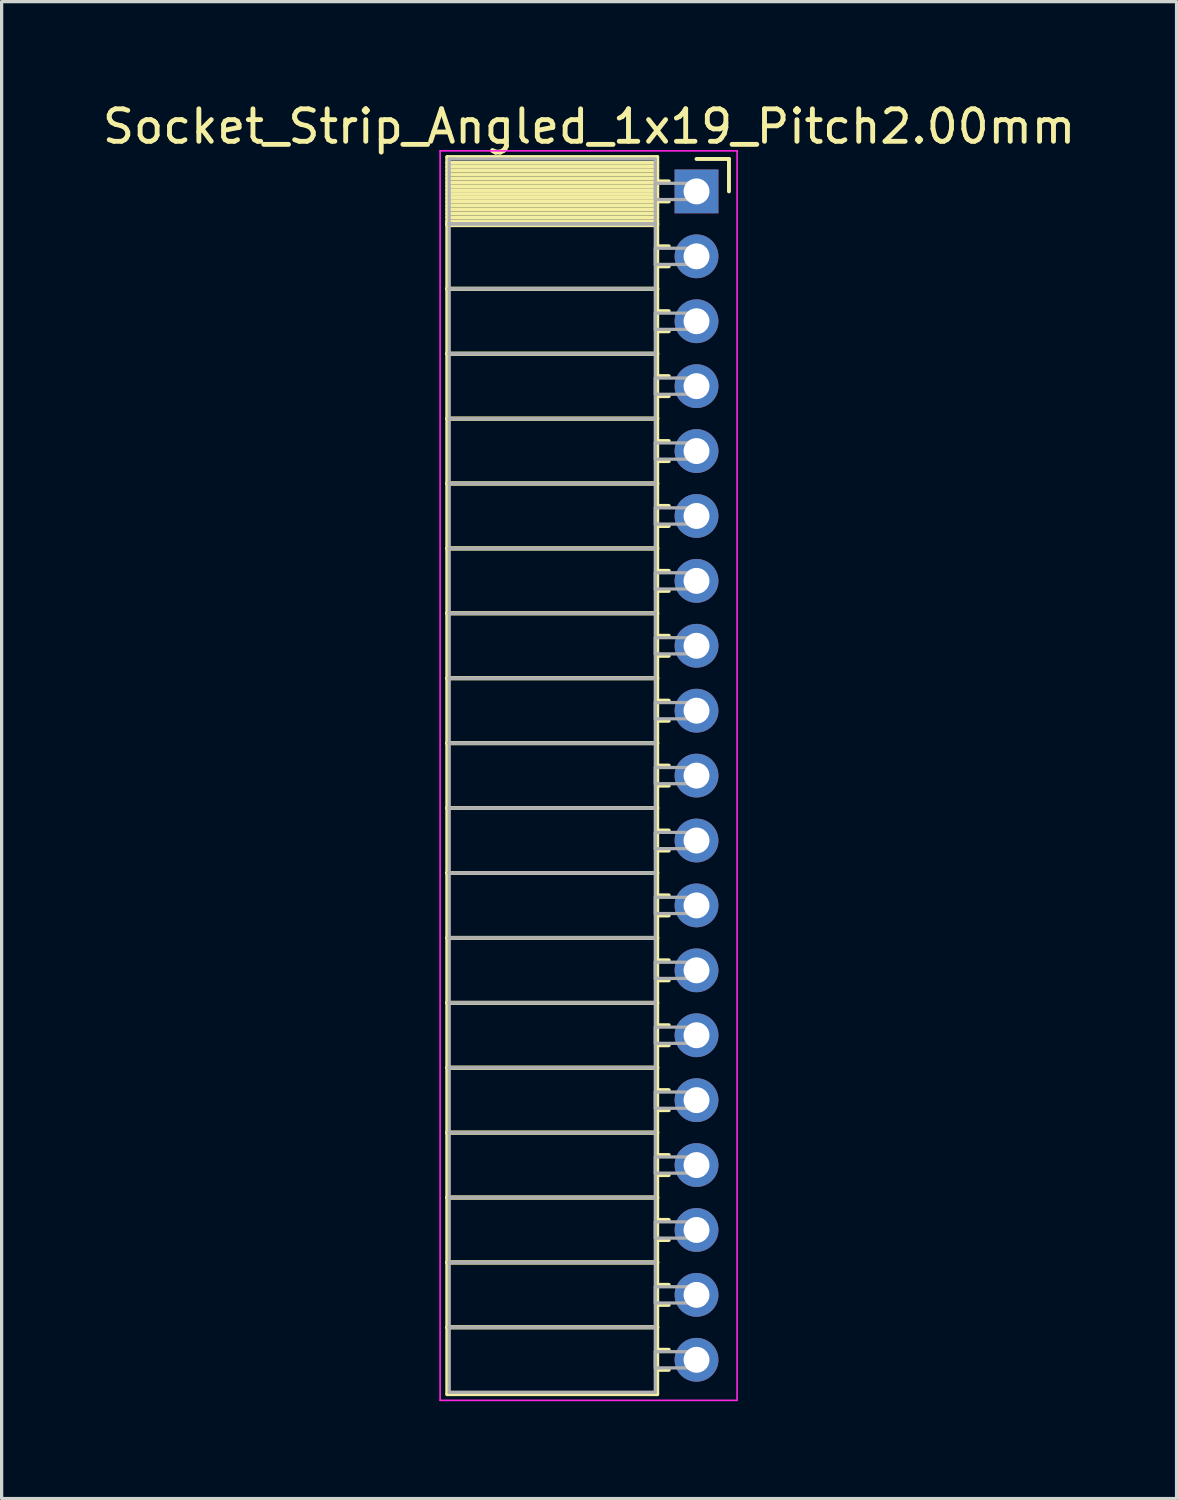
<source format=kicad_pcb>
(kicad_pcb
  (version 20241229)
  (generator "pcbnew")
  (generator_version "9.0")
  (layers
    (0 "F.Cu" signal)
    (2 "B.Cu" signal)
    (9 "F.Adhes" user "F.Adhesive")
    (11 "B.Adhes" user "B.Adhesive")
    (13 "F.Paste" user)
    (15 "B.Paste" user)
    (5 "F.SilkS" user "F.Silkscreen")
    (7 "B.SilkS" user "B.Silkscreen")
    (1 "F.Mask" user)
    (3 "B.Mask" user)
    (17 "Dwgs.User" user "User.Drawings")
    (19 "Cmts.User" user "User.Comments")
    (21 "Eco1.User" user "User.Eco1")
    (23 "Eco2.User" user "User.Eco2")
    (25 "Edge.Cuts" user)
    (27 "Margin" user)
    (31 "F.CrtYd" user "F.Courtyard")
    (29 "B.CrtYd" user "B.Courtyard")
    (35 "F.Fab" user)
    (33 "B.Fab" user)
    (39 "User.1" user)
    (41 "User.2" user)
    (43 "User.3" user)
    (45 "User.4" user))
  (footprint "Socket_Strip_Angled_1x19_Pitch2.00mm"
    (layer "F.Cu")
    (at 18.411 2.848)
    (property "Reference" "Socket_Strip_Angled_1x19_Pitch2.00mm" (at -3.31 -2 0) (layer "F.SilkS") (effects (font (size 1 1) (thickness 0.15))))
    (attr through_hole)
    (fp_line (start -7.68 -1.06) (end -1.21 -1.06) (stroke (width 0.12) (type solid)) (layer "F.SilkS"))
    (fp_line (start -7.68 1) (end -7.68 -1.06) (stroke (width 0.12) (type solid)) (layer "F.SilkS"))
    (fp_line (start -7.68 1) (end -1.21 1) (stroke (width 0.12) (type solid)) (layer "F.SilkS"))
    (fp_line (start -7.68 3) (end -7.68 1) (stroke (width 0.12) (type solid)) (layer "F.SilkS"))
    (fp_line (start -7.68 3) (end -1.21 3) (stroke (width 0.12) (type solid)) (layer "F.SilkS"))
    (fp_line (start -7.68 5) (end -7.68 3) (stroke (width 0.12) (type solid)) (layer "F.SilkS"))
    (fp_line (start -7.68 5) (end -1.21 5) (stroke (width 0.12) (type solid)) (layer "F.SilkS"))
    (fp_line (start -7.68 7) (end -7.68 5) (stroke (width 0.12) (type solid)) (layer "F.SilkS"))
    (fp_line (start -7.68 7) (end -1.21 7) (stroke (width 0.12) (type solid)) (layer "F.SilkS"))
    (fp_line (start -7.68 9) (end -7.68 7) (stroke (width 0.12) (type solid)) (layer "F.SilkS"))
    (fp_line (start -7.68 9) (end -1.21 9) (stroke (width 0.12) (type solid)) (layer "F.SilkS"))
    (fp_line (start -7.68 11) (end -7.68 9) (stroke (width 0.12) (type solid)) (layer "F.SilkS"))
    (fp_line (start -7.68 11) (end -1.21 11) (stroke (width 0.12) (type solid)) (layer "F.SilkS"))
    (fp_line (start -7.68 13) (end -7.68 11) (stroke (width 0.12) (type solid)) (layer "F.SilkS"))
    (fp_line (start -7.68 13) (end -1.21 13) (stroke (width 0.12) (type solid)) (layer "F.SilkS"))
    (fp_line (start -7.68 15) (end -7.68 13) (stroke (width 0.12) (type solid)) (layer "F.SilkS"))
    (fp_line (start -7.68 15) (end -1.21 15) (stroke (width 0.12) (type solid)) (layer "F.SilkS"))
    (fp_line (start -7.68 17) (end -7.68 15) (stroke (width 0.12) (type solid)) (layer "F.SilkS"))
    (fp_line (start -7.68 17) (end -1.21 17) (stroke (width 0.12) (type solid)) (layer "F.SilkS"))
    (fp_line (start -7.68 19) (end -7.68 17) (stroke (width 0.12) (type solid)) (layer "F.SilkS"))
    (fp_line (start -7.68 19) (end -1.21 19) (stroke (width 0.12) (type solid)) (layer "F.SilkS"))
    (fp_line (start -7.68 21) (end -7.68 19) (stroke (width 0.12) (type solid)) (layer "F.SilkS"))
    (fp_line (start -7.68 21) (end -1.21 21) (stroke (width 0.12) (type solid)) (layer "F.SilkS"))
    (fp_line (start -7.68 23) (end -7.68 21) (stroke (width 0.12) (type solid)) (layer "F.SilkS"))
    (fp_line (start -7.68 23) (end -1.21 23) (stroke (width 0.12) (type solid)) (layer "F.SilkS"))
    (fp_line (start -7.68 25) (end -7.68 23) (stroke (width 0.12) (type solid)) (layer "F.SilkS"))
    (fp_line (start -7.68 25) (end -1.21 25) (stroke (width 0.12) (type solid)) (layer "F.SilkS"))
    (fp_line (start -7.68 27) (end -7.68 25) (stroke (width 0.12) (type solid)) (layer "F.SilkS"))
    (fp_line (start -7.68 27) (end -1.21 27) (stroke (width 0.12) (type solid)) (layer "F.SilkS"))
    (fp_line (start -7.68 29) (end -7.68 27) (stroke (width 0.12) (type solid)) (layer "F.SilkS"))
    (fp_line (start -7.68 29) (end -1.21 29) (stroke (width 0.12) (type solid)) (layer "F.SilkS"))
    (fp_line (start -7.68 31) (end -7.68 29) (stroke (width 0.12) (type solid)) (layer "F.SilkS"))
    (fp_line (start -7.68 31) (end -1.21 31) (stroke (width 0.12) (type solid)) (layer "F.SilkS"))
    (fp_line (start -7.68 33) (end -7.68 31) (stroke (width 0.12) (type solid)) (layer "F.SilkS"))
    (fp_line (start -7.68 33) (end -1.21 33) (stroke (width 0.12) (type solid)) (layer "F.SilkS"))
    (fp_line (start -7.68 35) (end -7.68 33) (stroke (width 0.12) (type solid)) (layer "F.SilkS"))
    (fp_line (start -7.68 35) (end -1.21 35) (stroke (width 0.12) (type solid)) (layer "F.SilkS"))
    (fp_line (start -7.68 37.06) (end -7.68 35) (stroke (width 0.12) (type solid)) (layer "F.SilkS"))
    (fp_line (start -1.21 -1.06) (end -1.21 1) (stroke (width 0.12) (type solid)) (layer "F.SilkS"))
    (fp_line (start -1.21 -0.88) (end -7.68 -0.88) (stroke (width 0.12) (type solid)) (layer "F.SilkS"))
    (fp_line (start -1.21 -0.76) (end -7.68 -0.76) (stroke (width 0.12) (type solid)) (layer "F.SilkS"))
    (fp_line (start -1.21 -0.64) (end -7.68 -0.64) (stroke (width 0.12) (type solid)) (layer "F.SilkS"))
    (fp_line (start -1.21 -0.52) (end -7.68 -0.52) (stroke (width 0.12) (type solid)) (layer "F.SilkS"))
    (fp_line (start -1.21 -0.4) (end -7.68 -0.4) (stroke (width 0.12) (type solid)) (layer "F.SilkS"))
    (fp_line (start -1.21 -0.28) (end -7.68 -0.28) (stroke (width 0.12) (type solid)) (layer "F.SilkS"))
    (fp_line (start -1.21 -0.16) (end -7.68 -0.16) (stroke (width 0.12) (type solid)) (layer "F.SilkS"))
    (fp_line (start -1.21 -0.04) (end -7.68 -0.04) (stroke (width 0.12) (type solid)) (layer "F.SilkS"))
    (fp_line (start -1.21 0.08) (end -7.68 0.08) (stroke (width 0.12) (type solid)) (layer "F.SilkS"))
    (fp_line (start -1.21 0.2) (end -7.68 0.2) (stroke (width 0.12) (type solid)) (layer "F.SilkS"))
    (fp_line (start -1.21 0.32) (end -7.68 0.32) (stroke (width 0.12) (type solid)) (layer "F.SilkS"))
    (fp_line (start -1.21 0.44) (end -7.68 0.44) (stroke (width 0.12) (type solid)) (layer "F.SilkS"))
    (fp_line (start -1.21 0.56) (end -7.68 0.56) (stroke (width 0.12) (type solid)) (layer "F.SilkS"))
    (fp_line (start -1.21 0.68) (end -7.68 0.68) (stroke (width 0.12) (type solid)) (layer "F.SilkS"))
    (fp_line (start -1.21 0.8) (end -7.68 0.8) (stroke (width 0.12) (type solid)) (layer "F.SilkS"))
    (fp_line (start -1.21 0.92) (end -7.68 0.92) (stroke (width 0.12) (type solid)) (layer "F.SilkS"))
    (fp_line (start -1.21 1) (end -7.68 1) (stroke (width 0.12) (type solid)) (layer "F.SilkS"))
    (fp_line (start -1.21 1) (end -1.21 3) (stroke (width 0.12) (type solid)) (layer "F.SilkS"))
    (fp_line (start -1.21 1.04) (end -7.68 1.04) (stroke (width 0.12) (type solid)) (layer "F.SilkS"))
    (fp_line (start -1.21 3) (end -7.68 3) (stroke (width 0.12) (type solid)) (layer "F.SilkS"))
    (fp_line (start -1.21 3) (end -1.21 5) (stroke (width 0.12) (type solid)) (layer "F.SilkS"))
    (fp_line (start -1.21 5) (end -7.68 5) (stroke (width 0.12) (type solid)) (layer "F.SilkS"))
    (fp_line (start -1.21 5) (end -1.21 7) (stroke (width 0.12) (type solid)) (layer "F.SilkS"))
    (fp_line (start -1.21 7) (end -7.68 7) (stroke (width 0.12) (type solid)) (layer "F.SilkS"))
    (fp_line (start -1.21 7) (end -1.21 9) (stroke (width 0.12) (type solid)) (layer "F.SilkS"))
    (fp_line (start -1.21 9) (end -7.68 9) (stroke (width 0.12) (type solid)) (layer "F.SilkS"))
    (fp_line (start -1.21 9) (end -1.21 11) (stroke (width 0.12) (type solid)) (layer "F.SilkS"))
    (fp_line (start -1.21 11) (end -7.68 11) (stroke (width 0.12) (type solid)) (layer "F.SilkS"))
    (fp_line (start -1.21 11) (end -1.21 13) (stroke (width 0.12) (type solid)) (layer "F.SilkS"))
    (fp_line (start -1.21 13) (end -7.68 13) (stroke (width 0.12) (type solid)) (layer "F.SilkS"))
    (fp_line (start -1.21 13) (end -1.21 15) (stroke (width 0.12) (type solid)) (layer "F.SilkS"))
    (fp_line (start -1.21 15) (end -7.68 15) (stroke (width 0.12) (type solid)) (layer "F.SilkS"))
    (fp_line (start -1.21 15) (end -1.21 17) (stroke (width 0.12) (type solid)) (layer "F.SilkS"))
    (fp_line (start -1.21 17) (end -7.68 17) (stroke (width 0.12) (type solid)) (layer "F.SilkS"))
    (fp_line (start -1.21 17) (end -1.21 19) (stroke (width 0.12) (type solid)) (layer "F.SilkS"))
    (fp_line (start -1.21 19) (end -7.68 19) (stroke (width 0.12) (type solid)) (layer "F.SilkS"))
    (fp_line (start -1.21 19) (end -1.21 21) (stroke (width 0.12) (type solid)) (layer "F.SilkS"))
    (fp_line (start -1.21 21) (end -7.68 21) (stroke (width 0.12) (type solid)) (layer "F.SilkS"))
    (fp_line (start -1.21 21) (end -1.21 23) (stroke (width 0.12) (type solid)) (layer "F.SilkS"))
    (fp_line (start -1.21 23) (end -7.68 23) (stroke (width 0.12) (type solid)) (layer "F.SilkS"))
    (fp_line (start -1.21 23) (end -1.21 25) (stroke (width 0.12) (type solid)) (layer "F.SilkS"))
    (fp_line (start -1.21 25) (end -7.68 25) (stroke (width 0.12) (type solid)) (layer "F.SilkS"))
    (fp_line (start -1.21 25) (end -1.21 27) (stroke (width 0.12) (type solid)) (layer "F.SilkS"))
    (fp_line (start -1.21 27) (end -7.68 27) (stroke (width 0.12) (type solid)) (layer "F.SilkS"))
    (fp_line (start -1.21 27) (end -1.21 29) (stroke (width 0.12) (type solid)) (layer "F.SilkS"))
    (fp_line (start -1.21 29) (end -7.68 29) (stroke (width 0.12) (type solid)) (layer "F.SilkS"))
    (fp_line (start -1.21 29) (end -1.21 31) (stroke (width 0.12) (type solid)) (layer "F.SilkS"))
    (fp_line (start -1.21 31) (end -7.68 31) (stroke (width 0.12) (type solid)) (layer "F.SilkS"))
    (fp_line (start -1.21 31) (end -1.21 33) (stroke (width 0.12) (type solid)) (layer "F.SilkS"))
    (fp_line (start -1.21 33) (end -7.68 33) (stroke (width 0.12) (type solid)) (layer "F.SilkS"))
    (fp_line (start -1.21 33) (end -1.21 35) (stroke (width 0.12) (type solid)) (layer "F.SilkS"))
    (fp_line (start -1.21 35) (end -7.68 35) (stroke (width 0.12) (type solid)) (layer "F.SilkS"))
    (fp_line (start -1.21 35) (end -1.21 37.06) (stroke (width 0.12) (type solid)) (layer "F.SilkS"))
    (fp_line (start -1.21 37.06) (end -7.68 37.06) (stroke (width 0.12) (type solid)) (layer "F.SilkS"))
    (fp_line (start -0.855 -0.31) (end -1.21 -0.31) (stroke (width 0.12) (type solid)) (layer "F.SilkS"))
    (fp_line (start -0.855 0.31) (end -1.21 0.31) (stroke (width 0.12) (type solid)) (layer "F.SilkS"))
    (fp_line (start -0.855 1.69) (end -1.21 1.69) (stroke (width 0.12) (type solid)) (layer "F.SilkS"))
    (fp_line (start -0.855 2.31) (end -1.21 2.31) (stroke (width 0.12) (type solid)) (layer "F.SilkS"))
    (fp_line (start -0.855 3.69) (end -1.21 3.69) (stroke (width 0.12) (type solid)) (layer "F.SilkS"))
    (fp_line (start -0.855 4.31) (end -1.21 4.31) (stroke (width 0.12) (type solid)) (layer "F.SilkS"))
    (fp_line (start -0.855 5.69) (end -1.21 5.69) (stroke (width 0.12) (type solid)) (layer "F.SilkS"))
    (fp_line (start -0.855 6.31) (end -1.21 6.31) (stroke (width 0.12) (type solid)) (layer "F.SilkS"))
    (fp_line (start -0.855 7.69) (end -1.21 7.69) (stroke (width 0.12) (type solid)) (layer "F.SilkS"))
    (fp_line (start -0.855 8.31) (end -1.21 8.31) (stroke (width 0.12) (type solid)) (layer "F.SilkS"))
    (fp_line (start -0.855 9.69) (end -1.21 9.69) (stroke (width 0.12) (type solid)) (layer "F.SilkS"))
    (fp_line (start -0.855 10.31) (end -1.21 10.31) (stroke (width 0.12) (type solid)) (layer "F.SilkS"))
    (fp_line (start -0.855 11.69) (end -1.21 11.69) (stroke (width 0.12) (type solid)) (layer "F.SilkS"))
    (fp_line (start -0.855 12.31) (end -1.21 12.31) (stroke (width 0.12) (type solid)) (layer "F.SilkS"))
    (fp_line (start -0.855 13.69) (end -1.21 13.69) (stroke (width 0.12) (type solid)) (layer "F.SilkS"))
    (fp_line (start -0.855 14.31) (end -1.21 14.31) (stroke (width 0.12) (type solid)) (layer "F.SilkS"))
    (fp_line (start -0.855 15.69) (end -1.21 15.69) (stroke (width 0.12) (type solid)) (layer "F.SilkS"))
    (fp_line (start -0.855 16.31) (end -1.21 16.31) (stroke (width 0.12) (type solid)) (layer "F.SilkS"))
    (fp_line (start -0.855 17.69) (end -1.21 17.69) (stroke (width 0.12) (type solid)) (layer "F.SilkS"))
    (fp_line (start -0.855 18.31) (end -1.21 18.31) (stroke (width 0.12) (type solid)) (layer "F.SilkS"))
    (fp_line (start -0.855 19.69) (end -1.21 19.69) (stroke (width 0.12) (type solid)) (layer "F.SilkS"))
    (fp_line (start -0.855 20.31) (end -1.21 20.31) (stroke (width 0.12) (type solid)) (layer "F.SilkS"))
    (fp_line (start -0.855 21.69) (end -1.21 21.69) (stroke (width 0.12) (type solid)) (layer "F.SilkS"))
    (fp_line (start -0.855 22.31) (end -1.21 22.31) (stroke (width 0.12) (type solid)) (layer "F.SilkS"))
    (fp_line (start -0.855 23.69) (end -1.21 23.69) (stroke (width 0.12) (type solid)) (layer "F.SilkS"))
    (fp_line (start -0.855 24.31) (end -1.21 24.31) (stroke (width 0.12) (type solid)) (layer "F.SilkS"))
    (fp_line (start -0.855 25.69) (end -1.21 25.69) (stroke (width 0.12) (type solid)) (layer "F.SilkS"))
    (fp_line (start -0.855 26.31) (end -1.21 26.31) (stroke (width 0.12) (type solid)) (layer "F.SilkS"))
    (fp_line (start -0.855 27.69) (end -1.21 27.69) (stroke (width 0.12) (type solid)) (layer "F.SilkS"))
    (fp_line (start -0.855 28.31) (end -1.21 28.31) (stroke (width 0.12) (type solid)) (layer "F.SilkS"))
    (fp_line (start -0.855 29.69) (end -1.21 29.69) (stroke (width 0.12) (type solid)) (layer "F.SilkS"))
    (fp_line (start -0.855 30.31) (end -1.21 30.31) (stroke (width 0.12) (type solid)) (layer "F.SilkS"))
    (fp_line (start -0.855 31.69) (end -1.21 31.69) (stroke (width 0.12) (type solid)) (layer "F.SilkS"))
    (fp_line (start -0.855 32.31) (end -1.21 32.31) (stroke (width 0.12) (type solid)) (layer "F.SilkS"))
    (fp_line (start -0.855 33.69) (end -1.21 33.69) (stroke (width 0.12) (type solid)) (layer "F.SilkS"))
    (fp_line (start -0.855 34.31) (end -1.21 34.31) (stroke (width 0.12) (type solid)) (layer "F.SilkS"))
    (fp_line (start -0.855 35.69) (end -1.21 35.69) (stroke (width 0.12) (type solid)) (layer "F.SilkS"))
    (fp_line (start -0.855 36.31) (end -1.21 36.31) (stroke (width 0.12) (type solid)) (layer "F.SilkS"))
    (fp_line (start 0 -1) (end 1 -1) (stroke (width 0.12) (type solid)) (layer "F.SilkS"))
    (fp_line (start 1 -1) (end 1 0) (stroke (width 0.12) (type solid)) (layer "F.SilkS"))
    (fp_line (start -7.9 -1.25) (end 1.25 -1.25) (stroke (width 0.05) (type solid)) (layer "F.CrtYd"))
    (fp_line (start -7.9 37.25) (end -7.9 -1.25) (stroke (width 0.05) (type solid)) (layer "F.CrtYd"))
    (fp_line (start 1.25 -1.25) (end 1.25 37.25) (stroke (width 0.05) (type solid)) (layer "F.CrtYd"))
    (fp_line (start 1.25 37.25) (end -7.9 37.25) (stroke (width 0.05) (type solid)) (layer "F.CrtYd"))
    (fp_line (start -7.62 -1) (end -1.27 -1) (stroke (width 0.1) (type solid)) (layer "F.Fab"))
    (fp_line (start -7.62 1) (end -7.62 -1) (stroke (width 0.1) (type solid)) (layer "F.Fab"))
    (fp_line (start -7.62 1) (end -1.27 1) (stroke (width 0.1) (type solid)) (layer "F.Fab"))
    (fp_line (start -7.62 3) (end -7.62 1) (stroke (width 0.1) (type solid)) (layer "F.Fab"))
    (fp_line (start -7.62 3) (end -1.27 3) (stroke (width 0.1) (type solid)) (layer "F.Fab"))
    (fp_line (start -7.62 5) (end -7.62 3) (stroke (width 0.1) (type solid)) (layer "F.Fab"))
    (fp_line (start -7.62 5) (end -1.27 5) (stroke (width 0.1) (type solid)) (layer "F.Fab"))
    (fp_line (start -7.62 7) (end -7.62 5) (stroke (width 0.1) (type solid)) (layer "F.Fab"))
    (fp_line (start -7.62 7) (end -1.27 7) (stroke (width 0.1) (type solid)) (layer "F.Fab"))
    (fp_line (start -7.62 9) (end -7.62 7) (stroke (width 0.1) (type solid)) (layer "F.Fab"))
    (fp_line (start -7.62 9) (end -1.27 9) (stroke (width 0.1) (type solid)) (layer "F.Fab"))
    (fp_line (start -7.62 11) (end -7.62 9) (stroke (width 0.1) (type solid)) (layer "F.Fab"))
    (fp_line (start -7.62 11) (end -1.27 11) (stroke (width 0.1) (type solid)) (layer "F.Fab"))
    (fp_line (start -7.62 13) (end -7.62 11) (stroke (width 0.1) (type solid)) (layer "F.Fab"))
    (fp_line (start -7.62 13) (end -1.27 13) (stroke (width 0.1) (type solid)) (layer "F.Fab"))
    (fp_line (start -7.62 15) (end -7.62 13) (stroke (width 0.1) (type solid)) (layer "F.Fab"))
    (fp_line (start -7.62 15) (end -1.27 15) (stroke (width 0.1) (type solid)) (layer "F.Fab"))
    (fp_line (start -7.62 17) (end -7.62 15) (stroke (width 0.1) (type solid)) (layer "F.Fab"))
    (fp_line (start -7.62 17) (end -1.27 17) (stroke (width 0.1) (type solid)) (layer "F.Fab"))
    (fp_line (start -7.62 19) (end -7.62 17) (stroke (width 0.1) (type solid)) (layer "F.Fab"))
    (fp_line (start -7.62 19) (end -1.27 19) (stroke (width 0.1) (type solid)) (layer "F.Fab"))
    (fp_line (start -7.62 21) (end -7.62 19) (stroke (width 0.1) (type solid)) (layer "F.Fab"))
    (fp_line (start -7.62 21) (end -1.27 21) (stroke (width 0.1) (type solid)) (layer "F.Fab"))
    (fp_line (start -7.62 23) (end -7.62 21) (stroke (width 0.1) (type solid)) (layer "F.Fab"))
    (fp_line (start -7.62 23) (end -1.27 23) (stroke (width 0.1) (type solid)) (layer "F.Fab"))
    (fp_line (start -7.62 25) (end -7.62 23) (stroke (width 0.1) (type solid)) (layer "F.Fab"))
    (fp_line (start -7.62 25) (end -1.27 25) (stroke (width 0.1) (type solid)) (layer "F.Fab"))
    (fp_line (start -7.62 27) (end -7.62 25) (stroke (width 0.1) (type solid)) (layer "F.Fab"))
    (fp_line (start -7.62 27) (end -1.27 27) (stroke (width 0.1) (type solid)) (layer "F.Fab"))
    (fp_line (start -7.62 29) (end -7.62 27) (stroke (width 0.1) (type solid)) (layer "F.Fab"))
    (fp_line (start -7.62 29) (end -1.27 29) (stroke (width 0.1) (type solid)) (layer "F.Fab"))
    (fp_line (start -7.62 31) (end -7.62 29) (stroke (width 0.1) (type solid)) (layer "F.Fab"))
    (fp_line (start -7.62 31) (end -1.27 31) (stroke (width 0.1) (type solid)) (layer "F.Fab"))
    (fp_line (start -7.62 33) (end -7.62 31) (stroke (width 0.1) (type solid)) (layer "F.Fab"))
    (fp_line (start -7.62 33) (end -1.27 33) (stroke (width 0.1) (type solid)) (layer "F.Fab"))
    (fp_line (start -7.62 35) (end -7.62 33) (stroke (width 0.1) (type solid)) (layer "F.Fab"))
    (fp_line (start -7.62 35) (end -1.27 35) (stroke (width 0.1) (type solid)) (layer "F.Fab"))
    (fp_line (start -7.62 37) (end -7.62 35) (stroke (width 0.1) (type solid)) (layer "F.Fab"))
    (fp_line (start -1.27 -1) (end -1.27 1) (stroke (width 0.1) (type solid)) (layer "F.Fab"))
    (fp_line (start -1.27 -0.25) (end 0 -0.25) (stroke (width 0.1) (type solid)) (layer "F.Fab"))
    (fp_line (start -1.27 0.25) (end -1.27 -0.25) (stroke (width 0.1) (type solid)) (layer "F.Fab"))
    (fp_line (start -1.27 1) (end -7.62 1) (stroke (width 0.1) (type solid)) (layer "F.Fab"))
    (fp_line (start -1.27 1) (end -1.27 3) (stroke (width 0.1) (type solid)) (layer "F.Fab"))
    (fp_line (start -1.27 1.75) (end 0 1.75) (stroke (width 0.1) (type solid)) (layer "F.Fab"))
    (fp_line (start -1.27 2.25) (end -1.27 1.75) (stroke (width 0.1) (type solid)) (layer "F.Fab"))
    (fp_line (start -1.27 3) (end -7.62 3) (stroke (width 0.1) (type solid)) (layer "F.Fab"))
    (fp_line (start -1.27 3) (end -1.27 5) (stroke (width 0.1) (type solid)) (layer "F.Fab"))
    (fp_line (start -1.27 3.75) (end 0 3.75) (stroke (width 0.1) (type solid)) (layer "F.Fab"))
    (fp_line (start -1.27 4.25) (end -1.27 3.75) (stroke (width 0.1) (type solid)) (layer "F.Fab"))
    (fp_line (start -1.27 5) (end -7.62 5) (stroke (width 0.1) (type solid)) (layer "F.Fab"))
    (fp_line (start -1.27 5) (end -1.27 7) (stroke (width 0.1) (type solid)) (layer "F.Fab"))
    (fp_line (start -1.27 5.75) (end 0 5.75) (stroke (width 0.1) (type solid)) (layer "F.Fab"))
    (fp_line (start -1.27 6.25) (end -1.27 5.75) (stroke (width 0.1) (type solid)) (layer "F.Fab"))
    (fp_line (start -1.27 7) (end -7.62 7) (stroke (width 0.1) (type solid)) (layer "F.Fab"))
    (fp_line (start -1.27 7) (end -1.27 9) (stroke (width 0.1) (type solid)) (layer "F.Fab"))
    (fp_line (start -1.27 7.75) (end 0 7.75) (stroke (width 0.1) (type solid)) (layer "F.Fab"))
    (fp_line (start -1.27 8.25) (end -1.27 7.75) (stroke (width 0.1) (type solid)) (layer "F.Fab"))
    (fp_line (start -1.27 9) (end -7.62 9) (stroke (width 0.1) (type solid)) (layer "F.Fab"))
    (fp_line (start -1.27 9) (end -1.27 11) (stroke (width 0.1) (type solid)) (layer "F.Fab"))
    (fp_line (start -1.27 9.75) (end 0 9.75) (stroke (width 0.1) (type solid)) (layer "F.Fab"))
    (fp_line (start -1.27 10.25) (end -1.27 9.75) (stroke (width 0.1) (type solid)) (layer "F.Fab"))
    (fp_line (start -1.27 11) (end -7.62 11) (stroke (width 0.1) (type solid)) (layer "F.Fab"))
    (fp_line (start -1.27 11) (end -1.27 13) (stroke (width 0.1) (type solid)) (layer "F.Fab"))
    (fp_line (start -1.27 11.75) (end 0 11.75) (stroke (width 0.1) (type solid)) (layer "F.Fab"))
    (fp_line (start -1.27 12.25) (end -1.27 11.75) (stroke (width 0.1) (type solid)) (layer "F.Fab"))
    (fp_line (start -1.27 13) (end -7.62 13) (stroke (width 0.1) (type solid)) (layer "F.Fab"))
    (fp_line (start -1.27 13) (end -1.27 15) (stroke (width 0.1) (type solid)) (layer "F.Fab"))
    (fp_line (start -1.27 13.75) (end 0 13.75) (stroke (width 0.1) (type solid)) (layer "F.Fab"))
    (fp_line (start -1.27 14.25) (end -1.27 13.75) (stroke (width 0.1) (type solid)) (layer "F.Fab"))
    (fp_line (start -1.27 15) (end -7.62 15) (stroke (width 0.1) (type solid)) (layer "F.Fab"))
    (fp_line (start -1.27 15) (end -1.27 17) (stroke (width 0.1) (type solid)) (layer "F.Fab"))
    (fp_line (start -1.27 15.75) (end 0 15.75) (stroke (width 0.1) (type solid)) (layer "F.Fab"))
    (fp_line (start -1.27 16.25) (end -1.27 15.75) (stroke (width 0.1) (type solid)) (layer "F.Fab"))
    (fp_line (start -1.27 17) (end -7.62 17) (stroke (width 0.1) (type solid)) (layer "F.Fab"))
    (fp_line (start -1.27 17) (end -1.27 19) (stroke (width 0.1) (type solid)) (layer "F.Fab"))
    (fp_line (start -1.27 17.75) (end 0 17.75) (stroke (width 0.1) (type solid)) (layer "F.Fab"))
    (fp_line (start -1.27 18.25) (end -1.27 17.75) (stroke (width 0.1) (type solid)) (layer "F.Fab"))
    (fp_line (start -1.27 19) (end -7.62 19) (stroke (width 0.1) (type solid)) (layer "F.Fab"))
    (fp_line (start -1.27 19) (end -1.27 21) (stroke (width 0.1) (type solid)) (layer "F.Fab"))
    (fp_line (start -1.27 19.75) (end 0 19.75) (stroke (width 0.1) (type solid)) (layer "F.Fab"))
    (fp_line (start -1.27 20.25) (end -1.27 19.75) (stroke (width 0.1) (type solid)) (layer "F.Fab"))
    (fp_line (start -1.27 21) (end -7.62 21) (stroke (width 0.1) (type solid)) (layer "F.Fab"))
    (fp_line (start -1.27 21) (end -1.27 23) (stroke (width 0.1) (type solid)) (layer "F.Fab"))
    (fp_line (start -1.27 21.75) (end 0 21.75) (stroke (width 0.1) (type solid)) (layer "F.Fab"))
    (fp_line (start -1.27 22.25) (end -1.27 21.75) (stroke (width 0.1) (type solid)) (layer "F.Fab"))
    (fp_line (start -1.27 23) (end -7.62 23) (stroke (width 0.1) (type solid)) (layer "F.Fab"))
    (fp_line (start -1.27 23) (end -1.27 25) (stroke (width 0.1) (type solid)) (layer "F.Fab"))
    (fp_line (start -1.27 23.75) (end 0 23.75) (stroke (width 0.1) (type solid)) (layer "F.Fab"))
    (fp_line (start -1.27 24.25) (end -1.27 23.75) (stroke (width 0.1) (type solid)) (layer "F.Fab"))
    (fp_line (start -1.27 25) (end -7.62 25) (stroke (width 0.1) (type solid)) (layer "F.Fab"))
    (fp_line (start -1.27 25) (end -1.27 27) (stroke (width 0.1) (type solid)) (layer "F.Fab"))
    (fp_line (start -1.27 25.75) (end 0 25.75) (stroke (width 0.1) (type solid)) (layer "F.Fab"))
    (fp_line (start -1.27 26.25) (end -1.27 25.75) (stroke (width 0.1) (type solid)) (layer "F.Fab"))
    (fp_line (start -1.27 27) (end -7.62 27) (stroke (width 0.1) (type solid)) (layer "F.Fab"))
    (fp_line (start -1.27 27) (end -1.27 29) (stroke (width 0.1) (type solid)) (layer "F.Fab"))
    (fp_line (start -1.27 27.75) (end 0 27.75) (stroke (width 0.1) (type solid)) (layer "F.Fab"))
    (fp_line (start -1.27 28.25) (end -1.27 27.75) (stroke (width 0.1) (type solid)) (layer "F.Fab"))
    (fp_line (start -1.27 29) (end -7.62 29) (stroke (width 0.1) (type solid)) (layer "F.Fab"))
    (fp_line (start -1.27 29) (end -1.27 31) (stroke (width 0.1) (type solid)) (layer "F.Fab"))
    (fp_line (start -1.27 29.75) (end 0 29.75) (stroke (width 0.1) (type solid)) (layer "F.Fab"))
    (fp_line (start -1.27 30.25) (end -1.27 29.75) (stroke (width 0.1) (type solid)) (layer "F.Fab"))
    (fp_line (start -1.27 31) (end -7.62 31) (stroke (width 0.1) (type solid)) (layer "F.Fab"))
    (fp_line (start -1.27 31) (end -1.27 33) (stroke (width 0.1) (type solid)) (layer "F.Fab"))
    (fp_line (start -1.27 31.75) (end 0 31.75) (stroke (width 0.1) (type solid)) (layer "F.Fab"))
    (fp_line (start -1.27 32.25) (end -1.27 31.75) (stroke (width 0.1) (type solid)) (layer "F.Fab"))
    (fp_line (start -1.27 33) (end -7.62 33) (stroke (width 0.1) (type solid)) (layer "F.Fab"))
    (fp_line (start -1.27 33) (end -1.27 35) (stroke (width 0.1) (type solid)) (layer "F.Fab"))
    (fp_line (start -1.27 33.75) (end 0 33.75) (stroke (width 0.1) (type solid)) (layer "F.Fab"))
    (fp_line (start -1.27 34.25) (end -1.27 33.75) (stroke (width 0.1) (type solid)) (layer "F.Fab"))
    (fp_line (start -1.27 35) (end -7.62 35) (stroke (width 0.1) (type solid)) (layer "F.Fab"))
    (fp_line (start -1.27 35) (end -1.27 37) (stroke (width 0.1) (type solid)) (layer "F.Fab"))
    (fp_line (start -1.27 35.75) (end 0 35.75) (stroke (width 0.1) (type solid)) (layer "F.Fab"))
    (fp_line (start -1.27 36.25) (end -1.27 35.75) (stroke (width 0.1) (type solid)) (layer "F.Fab"))
    (fp_line (start -1.27 37) (end -7.62 37) (stroke (width 0.1) (type solid)) (layer "F.Fab"))
    (fp_line (start 0 -0.25) (end 0 0.25) (stroke (width 0.1) (type solid)) (layer "F.Fab"))
    (fp_line (start 0 0.25) (end -1.27 0.25) (stroke (width 0.1) (type solid)) (layer "F.Fab"))
    (fp_line (start 0 1.75) (end 0 2.25) (stroke (width 0.1) (type solid)) (layer "F.Fab"))
    (fp_line (start 0 2.25) (end -1.27 2.25) (stroke (width 0.1) (type solid)) (layer "F.Fab"))
    (fp_line (start 0 3.75) (end 0 4.25) (stroke (width 0.1) (type solid)) (layer "F.Fab"))
    (fp_line (start 0 4.25) (end -1.27 4.25) (stroke (width 0.1) (type solid)) (layer "F.Fab"))
    (fp_line (start 0 5.75) (end 0 6.25) (stroke (width 0.1) (type solid)) (layer "F.Fab"))
    (fp_line (start 0 6.25) (end -1.27 6.25) (stroke (width 0.1) (type solid)) (layer "F.Fab"))
    (fp_line (start 0 7.75) (end 0 8.25) (stroke (width 0.1) (type solid)) (layer "F.Fab"))
    (fp_line (start 0 8.25) (end -1.27 8.25) (stroke (width 0.1) (type solid)) (layer "F.Fab"))
    (fp_line (start 0 9.75) (end 0 10.25) (stroke (width 0.1) (type solid)) (layer "F.Fab"))
    (fp_line (start 0 10.25) (end -1.27 10.25) (stroke (width 0.1) (type solid)) (layer "F.Fab"))
    (fp_line (start 0 11.75) (end 0 12.25) (stroke (width 0.1) (type solid)) (layer "F.Fab"))
    (fp_line (start 0 12.25) (end -1.27 12.25) (stroke (width 0.1) (type solid)) (layer "F.Fab"))
    (fp_line (start 0 13.75) (end 0 14.25) (stroke (width 0.1) (type solid)) (layer "F.Fab"))
    (fp_line (start 0 14.25) (end -1.27 14.25) (stroke (width 0.1) (type solid)) (layer "F.Fab"))
    (fp_line (start 0 15.75) (end 0 16.25) (stroke (width 0.1) (type solid)) (layer "F.Fab"))
    (fp_line (start 0 16.25) (end -1.27 16.25) (stroke (width 0.1) (type solid)) (layer "F.Fab"))
    (fp_line (start 0 17.75) (end 0 18.25) (stroke (width 0.1) (type solid)) (layer "F.Fab"))
    (fp_line (start 0 18.25) (end -1.27 18.25) (stroke (width 0.1) (type solid)) (layer "F.Fab"))
    (fp_line (start 0 19.75) (end 0 20.25) (stroke (width 0.1) (type solid)) (layer "F.Fab"))
    (fp_line (start 0 20.25) (end -1.27 20.25) (stroke (width 0.1) (type solid)) (layer "F.Fab"))
    (fp_line (start 0 21.75) (end 0 22.25) (stroke (width 0.1) (type solid)) (layer "F.Fab"))
    (fp_line (start 0 22.25) (end -1.27 22.25) (stroke (width 0.1) (type solid)) (layer "F.Fab"))
    (fp_line (start 0 23.75) (end 0 24.25) (stroke (width 0.1) (type solid)) (layer "F.Fab"))
    (fp_line (start 0 24.25) (end -1.27 24.25) (stroke (width 0.1) (type solid)) (layer "F.Fab"))
    (fp_line (start 0 25.75) (end 0 26.25) (stroke (width 0.1) (type solid)) (layer "F.Fab"))
    (fp_line (start 0 26.25) (end -1.27 26.25) (stroke (width 0.1) (type solid)) (layer "F.Fab"))
    (fp_line (start 0 27.75) (end 0 28.25) (stroke (width 0.1) (type solid)) (layer "F.Fab"))
    (fp_line (start 0 28.25) (end -1.27 28.25) (stroke (width 0.1) (type solid)) (layer "F.Fab"))
    (fp_line (start 0 29.75) (end 0 30.25) (stroke (width 0.1) (type solid)) (layer "F.Fab"))
    (fp_line (start 0 30.25) (end -1.27 30.25) (stroke (width 0.1) (type solid)) (layer "F.Fab"))
    (fp_line (start 0 31.75) (end 0 32.25) (stroke (width 0.1) (type solid)) (layer "F.Fab"))
    (fp_line (start 0 32.25) (end -1.27 32.25) (stroke (width 0.1) (type solid)) (layer "F.Fab"))
    (fp_line (start 0 33.75) (end 0 34.25) (stroke (width 0.1) (type solid)) (layer "F.Fab"))
    (fp_line (start 0 34.25) (end -1.27 34.25) (stroke (width 0.1) (type solid)) (layer "F.Fab"))
    (fp_line (start 0 35.75) (end 0 36.25) (stroke (width 0.1) (type solid)) (layer "F.Fab"))
    (fp_line (start 0 36.25) (end -1.27 36.25) (stroke (width 0.1) (type solid)) (layer "F.Fab"))
    (pad "1" thru_hole rect (at 0 0) (size 1.35 1.35) (drill 0.8) (layers "*.Cu" "*.Mask"))
    (pad "2" thru_hole oval (at 0 2) (size 1.35 1.35) (drill 0.8) (layers "*.Cu" "*.Mask"))
    (pad "3" thru_hole oval (at 0 4) (size 1.35 1.35) (drill 0.8) (layers "*.Cu" "*.Mask"))
    (pad "4" thru_hole oval (at 0 6) (size 1.35 1.35) (drill 0.8) (layers "*.Cu" "*.Mask"))
    (pad "5" thru_hole oval (at 0 8) (size 1.35 1.35) (drill 0.8) (layers "*.Cu" "*.Mask"))
    (pad "6" thru_hole oval (at 0 10) (size 1.35 1.35) (drill 0.8) (layers "*.Cu" "*.Mask"))
    (pad "7" thru_hole oval (at 0 12) (size 1.35 1.35) (drill 0.8) (layers "*.Cu" "*.Mask"))
    (pad "8" thru_hole oval (at 0 14) (size 1.35 1.35) (drill 0.8) (layers "*.Cu" "*.Mask"))
    (pad "9" thru_hole oval (at 0 16) (size 1.35 1.35) (drill 0.8) (layers "*.Cu" "*.Mask"))
    (pad "10" thru_hole oval (at 0 18) (size 1.35 1.35) (drill 0.8) (layers "*.Cu" "*.Mask"))
    (pad "11" thru_hole oval (at 0 20) (size 1.35 1.35) (drill 0.8) (layers "*.Cu" "*.Mask"))
    (pad "12" thru_hole oval (at 0 22) (size 1.35 1.35) (drill 0.8) (layers "*.Cu" "*.Mask"))
    (pad "13" thru_hole oval (at 0 24) (size 1.35 1.35) (drill 0.8) (layers "*.Cu" "*.Mask"))
    (pad "14" thru_hole oval (at 0 26) (size 1.35 1.35) (drill 0.8) (layers "*.Cu" "*.Mask"))
    (pad "15" thru_hole oval (at 0 28) (size 1.35 1.35) (drill 0.8) (layers "*.Cu" "*.Mask"))
    (pad "16" thru_hole oval (at 0 30) (size 1.35 1.35) (drill 0.8) (layers "*.Cu" "*.Mask"))
    (pad "17" thru_hole oval (at 0 32) (size 1.35 1.35) (drill 0.8) (layers "*.Cu" "*.Mask"))
    (pad "18" thru_hole oval (at 0 34) (size 1.35 1.35) (drill 0.8) (layers "*.Cu" "*.Mask"))
    (pad "19" thru_hole oval (at 0 36) (size 1.35 1.35) (drill 0.8) (layers "*.Cu" "*.Mask")))
  (gr_rect
    (start -3 -3)
    (end 33.202 43.123)
    (stroke (width 0.1) (type default))
    (fill no)
    (layer "Edge.Cuts")))
</source>
